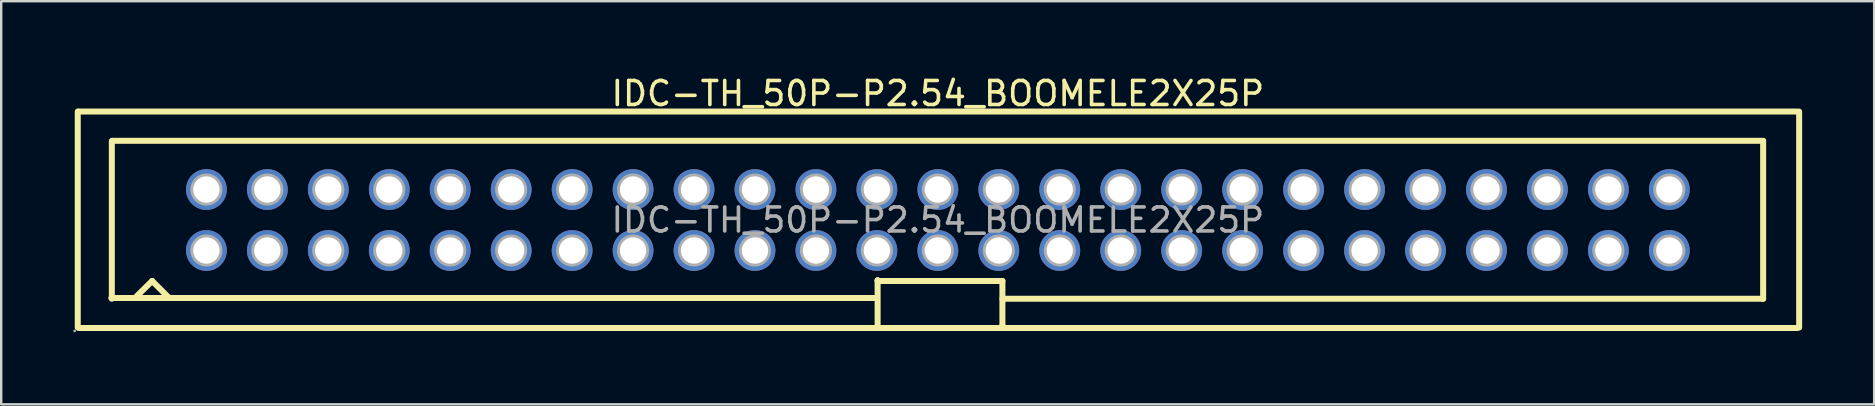
<source format=kicad_pcb>
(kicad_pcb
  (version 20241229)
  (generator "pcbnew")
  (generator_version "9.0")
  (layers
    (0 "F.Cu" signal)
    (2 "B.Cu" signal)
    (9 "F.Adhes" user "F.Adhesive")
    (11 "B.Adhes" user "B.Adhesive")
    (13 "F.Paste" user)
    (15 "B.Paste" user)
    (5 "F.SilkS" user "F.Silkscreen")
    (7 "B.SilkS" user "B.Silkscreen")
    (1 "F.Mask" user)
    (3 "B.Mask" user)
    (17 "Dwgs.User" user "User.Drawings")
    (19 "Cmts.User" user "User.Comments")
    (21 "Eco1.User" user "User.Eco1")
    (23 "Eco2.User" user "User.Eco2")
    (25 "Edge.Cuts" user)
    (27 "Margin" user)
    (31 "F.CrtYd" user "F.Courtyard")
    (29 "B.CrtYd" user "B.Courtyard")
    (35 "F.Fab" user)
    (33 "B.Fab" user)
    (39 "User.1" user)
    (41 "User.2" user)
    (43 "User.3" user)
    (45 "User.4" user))
  (footprint "IDC-TH_50P-P2.54_BOOMELE2X25P"
    (layer "F.Cu")
    (at 36.03 6.118)
    (property "Reference" "IDC-TH_50P-P2.54_BOOMELE2X25P" (at 0 -5.27 0) (layer "F.SilkS") (effects (font (size 1 1) (thickness 0.15))))
    (attr through_hole)
    (fp_line (start -35.84 4.48) (end -35.84 -4.52) (stroke (width 0.25) (type solid)) (layer "F.SilkS"))
    (fp_line (start -35.81 -4.52) (end 35.79 -4.52) (stroke (width 0.25) (type solid)) (layer "F.SilkS"))
    (fp_line (start -35.79 4.5) (end 35.81 4.5) (stroke (width 0.25) (type solid)) (layer "F.SilkS"))
    (fp_line (start -34.44 3.25) (end -2.57 3.25) (stroke (width 0.25) (type solid)) (layer "F.SilkS"))
    (fp_line (start -34.42 3.28) (end -34.42 -3.29) (stroke (width 0.25) (type solid)) (layer "F.SilkS"))
    (fp_line (start -34.41 -3.3) (end 34.39 -3.3) (stroke (width 0.25) (type solid)) (layer "F.SilkS"))
    (fp_line (start -33.38 3.17) (end -32.74 2.54) (stroke (width 0.25) (type solid)) (layer "F.SilkS"))
    (fp_line (start -32.74 2.54) (end -32.05 3.23) (stroke (width 0.25) (type solid)) (layer "F.SilkS"))
    (fp_line (start -32.05 3.23) (end -32.05 3.25) (stroke (width 0.25) (type solid)) (layer "F.SilkS"))
    (fp_line (start -2.57 3.25) (end -2.54 3.28) (stroke (width 0.25) (type solid)) (layer "F.SilkS"))
    (fp_line (start -2.51 2.51) (end -2.51 2.54) (stroke (width 0.25) (type solid)) (layer "F.SilkS"))
    (fp_line (start -2.51 2.51) (end -2.51 4.5) (stroke (width 0.25) (type solid)) (layer "F.SilkS"))
    (fp_line (start -2.51 2.54) (end 2.69 2.54) (stroke (width 0.25) (type solid)) (layer "F.SilkS"))
    (fp_line (start 2.69 2.54) (end 2.69 4.5) (stroke (width 0.25) (type solid)) (layer "F.SilkS"))
    (fp_line (start 2.69 3.28) (end 34.37 3.28) (stroke (width 0.25) (type solid)) (layer "F.SilkS"))
    (fp_line (start 2.69 4.5) (end 2.69 4.39) (stroke (width 0.25) (type solid)) (layer "F.SilkS"))
    (fp_line (start 34.37 3.28) (end 34.39 3.28) (stroke (width 0.25) (type solid)) (layer "F.SilkS"))
    (fp_line (start 34.39 -3.29) (end 34.39 3.28) (stroke (width 0.25) (type solid)) (layer "F.SilkS"))
    (fp_line (start 35.89 -4.52) (end 35.89 4.48) (stroke (width 0.25) (type solid)) (layer "F.SilkS"))
    (fp_circle (center -35.97 4.62) (end -35.94 4.62) (stroke (width 0.06) (type solid)) (fill no) (layer "F.Fab"))
    (fp_circle (center -30.48 -1.27) (end -30.26 -1.27) (stroke (width 0.45) (type solid)) (fill no) (layer "F.Fab"))
    (fp_circle (center -30.48 1.27) (end -30.26 1.27) (stroke (width 0.45) (type solid)) (fill no) (layer "F.Fab"))
    (fp_circle (center -27.94 -1.27) (end -27.72 -1.27) (stroke (width 0.45) (type solid)) (fill no) (layer "F.Fab"))
    (fp_circle (center -27.94 1.27) (end -27.72 1.27) (stroke (width 0.45) (type solid)) (fill no) (layer "F.Fab"))
    (fp_circle (center -25.4 -1.27) (end -25.18 -1.27) (stroke (width 0.45) (type solid)) (fill no) (layer "F.Fab"))
    (fp_circle (center -25.4 1.27) (end -25.18 1.27) (stroke (width 0.45) (type solid)) (fill no) (layer "F.Fab"))
    (fp_circle (center -22.86 -1.27) (end -22.64 -1.27) (stroke (width 0.45) (type solid)) (fill no) (layer "F.Fab"))
    (fp_circle (center -22.86 1.27) (end -22.64 1.27) (stroke (width 0.45) (type solid)) (fill no) (layer "F.Fab"))
    (fp_circle (center -20.32 -1.27) (end -20.1 -1.27) (stroke (width 0.45) (type solid)) (fill no) (layer "F.Fab"))
    (fp_circle (center -20.32 1.27) (end -20.1 1.27) (stroke (width 0.45) (type solid)) (fill no) (layer "F.Fab"))
    (fp_circle (center -17.78 -1.27) (end -17.56 -1.27) (stroke (width 0.45) (type solid)) (fill no) (layer "F.Fab"))
    (fp_circle (center -17.78 1.27) (end -17.56 1.27) (stroke (width 0.45) (type solid)) (fill no) (layer "F.Fab"))
    (fp_circle (center -15.24 -1.27) (end -15.02 -1.27) (stroke (width 0.45) (type solid)) (fill no) (layer "F.Fab"))
    (fp_circle (center -15.24 1.27) (end -15.02 1.27) (stroke (width 0.45) (type solid)) (fill no) (layer "F.Fab"))
    (fp_circle (center -12.7 -1.27) (end -12.48 -1.27) (stroke (width 0.45) (type solid)) (fill no) (layer "F.Fab"))
    (fp_circle (center -12.7 1.27) (end -12.48 1.27) (stroke (width 0.45) (type solid)) (fill no) (layer "F.Fab"))
    (fp_circle (center -10.16 -1.27) (end -9.94 -1.27) (stroke (width 0.45) (type solid)) (fill no) (layer "F.Fab"))
    (fp_circle (center -10.16 1.27) (end -9.94 1.27) (stroke (width 0.45) (type solid)) (fill no) (layer "F.Fab"))
    (fp_circle (center -7.62 -1.27) (end -7.4 -1.27) (stroke (width 0.45) (type solid)) (fill no) (layer "F.Fab"))
    (fp_circle (center -7.62 1.27) (end -7.4 1.27) (stroke (width 0.45) (type solid)) (fill no) (layer "F.Fab"))
    (fp_circle (center -5.08 -1.27) (end -4.86 -1.27) (stroke (width 0.45) (type solid)) (fill no) (layer "F.Fab"))
    (fp_circle (center -5.08 1.27) (end -4.86 1.27) (stroke (width 0.45) (type solid)) (fill no) (layer "F.Fab"))
    (fp_circle (center -2.54 -1.27) (end -2.32 -1.27) (stroke (width 0.45) (type solid)) (fill no) (layer "F.Fab"))
    (fp_circle (center -2.54 1.27) (end -2.32 1.27) (stroke (width 0.45) (type solid)) (fill no) (layer "F.Fab"))
    (fp_circle (center 0 -1.27) (end 0.22 -1.27) (stroke (width 0.45) (type solid)) (fill no) (layer "F.Fab"))
    (fp_circle (center 0 1.27) (end 0.22 1.27) (stroke (width 0.45) (type solid)) (fill no) (layer "F.Fab"))
    (fp_circle (center 2.54 -1.27) (end 2.76 -1.27) (stroke (width 0.45) (type solid)) (fill no) (layer "F.Fab"))
    (fp_circle (center 2.54 1.27) (end 2.76 1.27) (stroke (width 0.45) (type solid)) (fill no) (layer "F.Fab"))
    (fp_circle (center 5.08 -1.27) (end 5.3 -1.27) (stroke (width 0.45) (type solid)) (fill no) (layer "F.Fab"))
    (fp_circle (center 5.08 1.27) (end 5.3 1.27) (stroke (width 0.45) (type solid)) (fill no) (layer "F.Fab"))
    (fp_circle (center 7.62 -1.27) (end 7.84 -1.27) (stroke (width 0.45) (type solid)) (fill no) (layer "F.Fab"))
    (fp_circle (center 7.62 1.27) (end 7.84 1.27) (stroke (width 0.45) (type solid)) (fill no) (layer "F.Fab"))
    (fp_circle (center 10.16 -1.27) (end 10.38 -1.27) (stroke (width 0.45) (type solid)) (fill no) (layer "F.Fab"))
    (fp_circle (center 10.16 1.27) (end 10.38 1.27) (stroke (width 0.45) (type solid)) (fill no) (layer "F.Fab"))
    (fp_circle (center 12.7 -1.27) (end 12.92 -1.27) (stroke (width 0.45) (type solid)) (fill no) (layer "F.Fab"))
    (fp_circle (center 12.7 1.27) (end 12.92 1.27) (stroke (width 0.45) (type solid)) (fill no) (layer "F.Fab"))
    (fp_circle (center 15.24 -1.27) (end 15.46 -1.27) (stroke (width 0.45) (type solid)) (fill no) (layer "F.Fab"))
    (fp_circle (center 15.24 1.27) (end 15.46 1.27) (stroke (width 0.45) (type solid)) (fill no) (layer "F.Fab"))
    (fp_circle (center 17.78 -1.27) (end 18 -1.27) (stroke (width 0.45) (type solid)) (fill no) (layer "F.Fab"))
    (fp_circle (center 17.78 1.27) (end 18 1.27) (stroke (width 0.45) (type solid)) (fill no) (layer "F.Fab"))
    (fp_circle (center 20.32 -1.27) (end 20.54 -1.27) (stroke (width 0.45) (type solid)) (fill no) (layer "F.Fab"))
    (fp_circle (center 20.32 1.27) (end 20.54 1.27) (stroke (width 0.45) (type solid)) (fill no) (layer "F.Fab"))
    (fp_circle (center 22.86 -1.27) (end 23.08 -1.27) (stroke (width 0.45) (type solid)) (fill no) (layer "F.Fab"))
    (fp_circle (center 22.86 1.27) (end 23.08 1.27) (stroke (width 0.45) (type solid)) (fill no) (layer "F.Fab"))
    (fp_circle (center 25.4 -1.27) (end 25.62 -1.27) (stroke (width 0.45) (type solid)) (fill no) (layer "F.Fab"))
    (fp_circle (center 25.4 1.27) (end 25.62 1.27) (stroke (width 0.45) (type solid)) (fill no) (layer "F.Fab"))
    (fp_circle (center 27.94 -1.27) (end 28.16 -1.27) (stroke (width 0.45) (type solid)) (fill no) (layer "F.Fab"))
    (fp_circle (center 27.94 1.27) (end 28.16 1.27) (stroke (width 0.45) (type solid)) (fill no) (layer "F.Fab"))
    (fp_circle (center 30.48 -1.27) (end 30.7 -1.27) (stroke (width 0.45) (type solid)) (fill no) (layer "F.Fab"))
    (fp_circle (center 30.48 1.27) (end 30.7 1.27) (stroke (width 0.45) (type solid)) (fill no) (layer "F.Fab"))
    (fp_text user "${REFERENCE}" (at 0 0 0) (layer "F.Fab") (effects (font (size 1 1) (thickness 0.15))))
    (pad "1" thru_hole circle (at -30.48 1.27) (size 1.7 1.7) (drill 1.1) (layers "*.Cu" "*.Paste" "*.Mask"))
    (pad "2" thru_hole circle (at -30.48 -1.27) (size 1.7 1.7) (drill 1.1) (layers "*.Cu" "*.Paste" "*.Mask"))
    (pad "3" thru_hole circle (at -27.94 1.27) (size 1.7 1.7) (drill 1.1) (layers "*.Cu" "*.Paste" "*.Mask"))
    (pad "4" thru_hole circle (at -27.94 -1.27) (size 1.7 1.7) (drill 1.1) (layers "*.Cu" "*.Paste" "*.Mask"))
    (pad "5" thru_hole circle (at -25.4 1.27) (size 1.7 1.7) (drill 1.1) (layers "*.Cu" "*.Paste" "*.Mask"))
    (pad "6" thru_hole circle (at -25.4 -1.27) (size 1.7 1.7) (drill 1.1) (layers "*.Cu" "*.Paste" "*.Mask"))
    (pad "7" thru_hole circle (at -22.86 1.27) (size 1.7 1.7) (drill 1.1) (layers "*.Cu" "*.Paste" "*.Mask"))
    (pad "8" thru_hole circle (at -22.86 -1.27) (size 1.7 1.7) (drill 1.1) (layers "*.Cu" "*.Paste" "*.Mask"))
    (pad "9" thru_hole circle (at -20.32 1.27) (size 1.7 1.7) (drill 1.1) (layers "*.Cu" "*.Paste" "*.Mask"))
    (pad "10" thru_hole circle (at -20.32 -1.27) (size 1.7 1.7) (drill 1.1) (layers "*.Cu" "*.Paste" "*.Mask"))
    (pad "11" thru_hole circle (at -17.78 1.27) (size 1.7 1.7) (drill 1.1) (layers "*.Cu" "*.Paste" "*.Mask"))
    (pad "12" thru_hole circle (at -17.78 -1.27) (size 1.7 1.7) (drill 1.1) (layers "*.Cu" "*.Paste" "*.Mask"))
    (pad "13" thru_hole circle (at -15.24 1.27) (size 1.7 1.7) (drill 1.1) (layers "*.Cu" "*.Paste" "*.Mask"))
    (pad "14" thru_hole circle (at -15.24 -1.27) (size 1.7 1.7) (drill 1.1) (layers "*.Cu" "*.Paste" "*.Mask"))
    (pad "15" thru_hole circle (at -12.7 1.27) (size 1.7 1.7) (drill 1.1) (layers "*.Cu" "*.Paste" "*.Mask"))
    (pad "16" thru_hole circle (at -12.7 -1.27) (size 1.7 1.7) (drill 1.1) (layers "*.Cu" "*.Paste" "*.Mask"))
    (pad "17" thru_hole circle (at -10.16 1.27) (size 1.7 1.7) (drill 1.1) (layers "*.Cu" "*.Paste" "*.Mask"))
    (pad "18" thru_hole circle (at -10.16 -1.27) (size 1.7 1.7) (drill 1.1) (layers "*.Cu" "*.Paste" "*.Mask"))
    (pad "19" thru_hole circle (at -7.62 1.27) (size 1.7 1.7) (drill 1.1) (layers "*.Cu" "*.Paste" "*.Mask"))
    (pad "20" thru_hole circle (at -7.62 -1.27) (size 1.7 1.7) (drill 1.1) (layers "*.Cu" "*.Paste" "*.Mask"))
    (pad "21" thru_hole circle (at -5.08 1.27) (size 1.7 1.7) (drill 1.1) (layers "*.Cu" "*.Paste" "*.Mask"))
    (pad "22" thru_hole circle (at -5.08 -1.27) (size 1.7 1.7) (drill 1.1) (layers "*.Cu" "*.Paste" "*.Mask"))
    (pad "23" thru_hole circle (at -2.54 1.27) (size 1.7 1.7) (drill 1.1) (layers "*.Cu" "*.Paste" "*.Mask"))
    (pad "24" thru_hole circle (at -2.54 -1.27) (size 1.7 1.7) (drill 1.1) (layers "*.Cu" "*.Paste" "*.Mask"))
    (pad "25" thru_hole circle (at 0 1.27) (size 1.7 1.7) (drill 1.1) (layers "*.Cu" "*.Paste" "*.Mask"))
    (pad "26" thru_hole circle (at 0 -1.27) (size 1.7 1.7) (drill 1.1) (layers "*.Cu" "*.Paste" "*.Mask"))
    (pad "27" thru_hole circle (at 2.54 1.27) (size 1.7 1.7) (drill 1.1) (layers "*.Cu" "*.Paste" "*.Mask"))
    (pad "28" thru_hole circle (at 2.54 -1.27) (size 1.7 1.7) (drill 1.1) (layers "*.Cu" "*.Paste" "*.Mask"))
    (pad "29" thru_hole circle (at 5.08 1.27) (size 1.7 1.7) (drill 1.1) (layers "*.Cu" "*.Paste" "*.Mask"))
    (pad "30" thru_hole circle (at 5.08 -1.27) (size 1.7 1.7) (drill 1.1) (layers "*.Cu" "*.Paste" "*.Mask"))
    (pad "31" thru_hole circle (at 7.62 1.27) (size 1.7 1.7) (drill 1.1) (layers "*.Cu" "*.Paste" "*.Mask"))
    (pad "32" thru_hole circle (at 7.62 -1.27) (size 1.7 1.7) (drill 1.1) (layers "*.Cu" "*.Paste" "*.Mask"))
    (pad "33" thru_hole circle (at 10.16 1.27) (size 1.7 1.7) (drill 1.1) (layers "*.Cu" "*.Paste" "*.Mask"))
    (pad "34" thru_hole circle (at 10.16 -1.27) (size 1.7 1.7) (drill 1.1) (layers "*.Cu" "*.Paste" "*.Mask"))
    (pad "35" thru_hole circle (at 12.7 1.27) (size 1.7 1.7) (drill 1.1) (layers "*.Cu" "*.Paste" "*.Mask"))
    (pad "36" thru_hole circle (at 12.7 -1.27) (size 1.7 1.7) (drill 1.1) (layers "*.Cu" "*.Paste" "*.Mask"))
    (pad "37" thru_hole circle (at 15.24 1.27) (size 1.7 1.7) (drill 1.1) (layers "*.Cu" "*.Paste" "*.Mask"))
    (pad "38" thru_hole circle (at 15.24 -1.27) (size 1.7 1.7) (drill 1.1) (layers "*.Cu" "*.Paste" "*.Mask"))
    (pad "39" thru_hole circle (at 17.78 1.27) (size 1.7 1.7) (drill 1.1) (layers "*.Cu" "*.Paste" "*.Mask"))
    (pad "40" thru_hole circle (at 17.78 -1.27) (size 1.7 1.7) (drill 1.1) (layers "*.Cu" "*.Paste" "*.Mask"))
    (pad "41" thru_hole circle (at 20.32 1.27) (size 1.7 1.7) (drill 1.1) (layers "*.Cu" "*.Paste" "*.Mask"))
    (pad "42" thru_hole circle (at 20.32 -1.27) (size 1.7 1.7) (drill 1.1) (layers "*.Cu" "*.Paste" "*.Mask"))
    (pad "43" thru_hole circle (at 22.86 1.27) (size 1.7 1.7) (drill 1.1) (layers "*.Cu" "*.Paste" "*.Mask"))
    (pad "44" thru_hole circle (at 22.86 -1.27) (size 1.7 1.7) (drill 1.1) (layers "*.Cu" "*.Paste" "*.Mask"))
    (pad "45" thru_hole circle (at 25.4 1.27) (size 1.7 1.7) (drill 1.1) (layers "*.Cu" "*.Paste" "*.Mask"))
    (pad "46" thru_hole circle (at 25.4 -1.27) (size 1.7 1.7) (drill 1.1) (layers "*.Cu" "*.Paste" "*.Mask"))
    (pad "47" thru_hole circle (at 27.94 1.27) (size 1.7 1.7) (drill 1.1) (layers "*.Cu" "*.Paste" "*.Mask"))
    (pad "48" thru_hole circle (at 27.94 -1.27) (size 1.7 1.7) (drill 1.1) (layers "*.Cu" "*.Paste" "*.Mask"))
    (pad "49" thru_hole circle (at 30.48 1.27) (size 1.7 1.7) (drill 1.1) (layers "*.Cu" "*.Paste" "*.Mask"))
    (pad "50" thru_hole circle (at 30.48 -1.27) (size 1.7 1.7) (drill 1.1) (layers "*.Cu" "*.Paste" "*.Mask")))
  (gr_rect
    (start -3 -3)
    (end 75.045 13.798)
    (stroke (width 0.1) (type default))
    (fill no)
    (layer "Edge.Cuts")))
</source>
